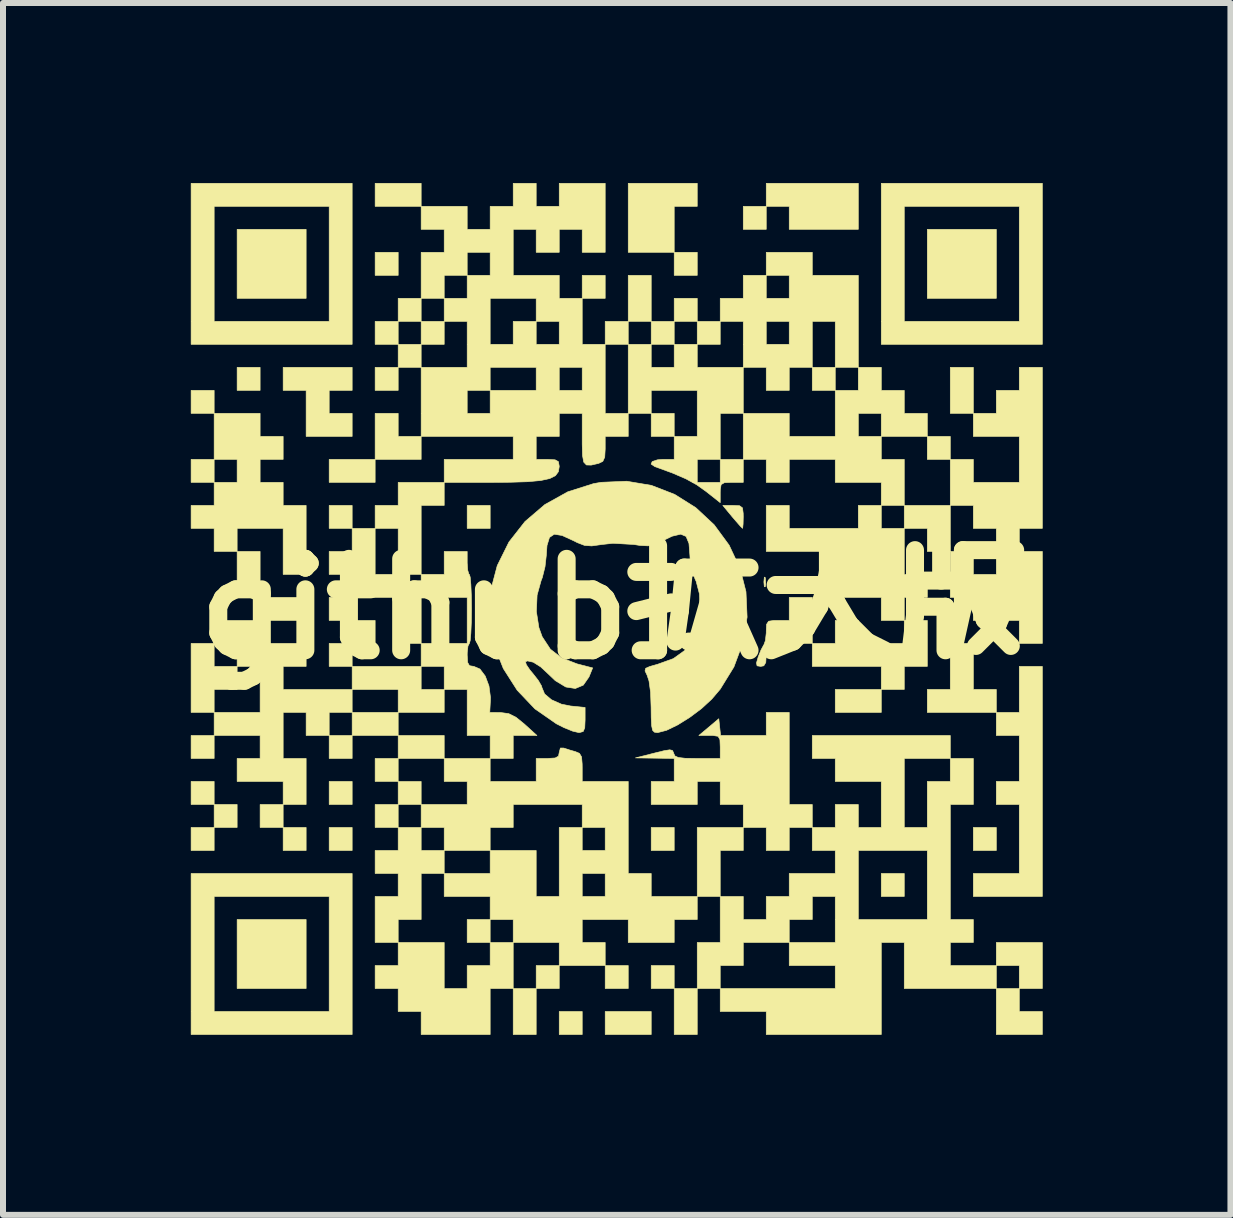
<source format=kicad_pcb>
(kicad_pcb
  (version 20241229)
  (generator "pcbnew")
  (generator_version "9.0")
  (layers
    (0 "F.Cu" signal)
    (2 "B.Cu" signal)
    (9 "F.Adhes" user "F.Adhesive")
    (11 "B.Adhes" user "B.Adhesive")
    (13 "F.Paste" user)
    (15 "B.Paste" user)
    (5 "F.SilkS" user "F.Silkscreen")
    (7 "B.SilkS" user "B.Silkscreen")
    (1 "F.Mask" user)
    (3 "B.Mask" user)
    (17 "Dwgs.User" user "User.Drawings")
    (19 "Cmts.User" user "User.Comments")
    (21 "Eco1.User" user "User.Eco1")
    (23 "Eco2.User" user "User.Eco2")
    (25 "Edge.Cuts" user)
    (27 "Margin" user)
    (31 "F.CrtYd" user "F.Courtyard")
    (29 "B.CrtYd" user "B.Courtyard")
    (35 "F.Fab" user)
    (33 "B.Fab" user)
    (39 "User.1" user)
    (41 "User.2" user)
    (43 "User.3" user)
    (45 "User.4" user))
  (footprint "github拡大版"
    (layer "F.Cu")
    (at 7.228 7.098)
    (property "Reference" "github拡大版" (at 0 0 0) (layer "F.SilkS") (effects (font (size 1.524 1.524) (thickness 0.3))))
    (attr through_hole)
    (fp_poly (pts (xy -6.709 -3.259) (xy -7.093 -3.259) (xy -7.093 -3.642) (xy -6.709 -3.642) (xy -6.709 -3.259)) (stroke (width 0.01) (type solid)) (fill yes) (layer "F.SilkS"))
    (fp_poly (pts (xy -6.709 2.492) (xy -7.093 2.492) (xy -7.093 2.109) (xy -6.709 2.109) (xy -6.709 2.492)) (stroke (width 0.01) (type solid)) (fill yes) (layer "F.SilkS"))
    (fp_poly (pts (xy -6.709 3.259) (xy -7.093 3.259) (xy -7.093 2.875) (xy -6.709 2.875) (xy -6.709 3.259)) (stroke (width 0.01) (type solid)) (fill yes) (layer "F.SilkS"))
    (fp_poly (pts (xy -6.709 4.026) (xy -7.093 4.026) (xy -7.093 3.642) (xy -6.709 3.642) (xy -6.709 4.026)) (stroke (width 0.01) (type solid)) (fill yes) (layer "F.SilkS"))
    (fp_poly (pts (xy -6.326 3.642) (xy -6.709 3.642) (xy -6.709 3.259) (xy -6.326 3.259) (xy -6.326 3.642)) (stroke (width 0.01) (type solid)) (fill yes) (layer "F.SilkS"))
    (fp_poly (pts (xy -5.943 -3.642) (xy -6.326 -3.642) (xy -6.326 -4.026) (xy -5.943 -4.026) (xy -5.943 -3.642)) (stroke (width 0.01) (type solid)) (fill yes) (layer "F.SilkS"))
    (fp_poly (pts (xy -5.943 -0.192) (xy -6.326 -0.192) (xy -6.326 -0.958) (xy -5.943 -0.958) (xy -5.943 -0.192)) (stroke (width 0.01) (type solid)) (fill yes) (layer "F.SilkS"))
    (fp_poly (pts (xy -5.559 3.642) (xy -5.943 3.642) (xy -5.943 3.259) (xy -5.559 3.259) (xy -5.559 3.642)) (stroke (width 0.01) (type solid)) (fill yes) (layer "F.SilkS"))
    (fp_poly (pts (xy -5.176 -5.176) (xy -6.326 -5.176) (xy -6.326 -6.326) (xy -5.176 -6.326) (xy -5.176 -5.176)) (stroke (width 0.01) (type solid)) (fill yes) (layer "F.SilkS"))
    (fp_poly (pts (xy -5.176 0.192) (xy -5.943 0.192) (xy -5.943 -0.192) (xy -5.176 -0.192) (xy -5.176 0.192)) (stroke (width 0.01) (type solid)) (fill yes) (layer "F.SilkS"))
    (fp_poly (pts (xy -5.176 4.026) (xy -5.559 4.026) (xy -5.559 3.642) (xy -5.176 3.642) (xy -5.176 4.026)) (stroke (width 0.01) (type solid)) (fill yes) (layer "F.SilkS"))
    (fp_poly (pts (xy -5.176 6.326) (xy -6.326 6.326) (xy -6.326 5.176) (xy -5.176 5.176) (xy -5.176 6.326)) (stroke (width 0.01) (type solid)) (fill yes) (layer "F.SilkS"))
    (fp_poly (pts (xy -4.409 -1.342) (xy -4.792 -1.342) (xy -4.792 -1.725) (xy -4.409 -1.725) (xy -4.409 -1.342)) (stroke (width 0.01) (type solid)) (fill yes) (layer "F.SilkS"))
    (fp_poly (pts (xy -4.409 3.259) (xy -4.792 3.259) (xy -4.792 2.875) (xy -4.409 2.875) (xy -4.409 3.259)) (stroke (width 0.01) (type solid)) (fill yes) (layer "F.SilkS"))
    (fp_poly (pts (xy -4.409 4.026) (xy -4.792 4.026) (xy -4.792 3.642) (xy -4.409 3.642) (xy -4.409 4.026)) (stroke (width 0.01) (type solid)) (fill yes) (layer "F.SilkS"))
    (fp_poly (pts (xy -4.026 -2.109) (xy -4.792 -2.109) (xy -4.792 -2.492) (xy -4.026 -2.492) (xy -4.026 -2.109)) (stroke (width 0.01) (type solid)) (fill yes) (layer "F.SilkS"))
    (fp_poly (pts (xy -3.642 -5.559) (xy -4.026 -5.559) (xy -4.026 -5.943) (xy -3.642 -5.943) (xy -3.642 -5.559)) (stroke (width 0.01) (type solid)) (fill yes) (layer "F.SilkS"))
    (fp_poly (pts (xy -3.642 -3.642) (xy -4.026 -3.642) (xy -4.026 -4.026) (xy -3.642 -4.026) (xy -3.642 -3.642)) (stroke (width 0.01) (type solid)) (fill yes) (layer "F.SilkS"))
    (fp_poly (pts (xy -3.259 -6.709) (xy -4.026 -6.709) (xy -4.026 -7.093) (xy -3.259 -7.093) (xy -3.259 -6.709)) (stroke (width 0.01) (type solid)) (fill yes) (layer "F.SilkS"))
    (fp_poly (pts (xy -3.259 0.575) (xy -3.642 0.575) (xy -3.642 -0.192) (xy -3.259 -0.192) (xy -3.259 0.575)) (stroke (width 0.01) (type solid)) (fill yes) (layer "F.SilkS"))
    (fp_poly (pts (xy -2.875 -4.409) (xy -3.259 -4.409) (xy -3.259 -4.792) (xy -2.875 -4.792) (xy -2.875 -4.409)) (stroke (width 0.01) (type solid)) (fill yes) (layer "F.SilkS"))
    (fp_poly (pts (xy -2.109 -1.342) (xy -2.492 -1.342) (xy -2.492 -1.725) (xy -2.109 -1.725) (xy -2.109 -1.342)) (stroke (width 0.01) (type solid)) (fill yes) (layer "F.SilkS"))
    (fp_poly (pts (xy -2.109 5.559) (xy -2.492 5.559) (xy -2.492 5.176) (xy -2.109 5.176) (xy -2.109 5.559)) (stroke (width 0.01) (type solid)) (fill yes) (layer "F.SilkS"))
    (fp_poly (pts (xy -0.575 7.093) (xy -0.958 7.093) (xy -0.958 6.709) (xy -0.575 6.709) (xy -0.575 7.093)) (stroke (width 0.01) (type solid)) (fill yes) (layer "F.SilkS"))
    (fp_poly (pts (xy -0.192 -5.176) (xy -0.575 -5.176) (xy -0.575 -5.559) (xy -0.192 -5.559) (xy -0.192 -5.176)) (stroke (width 0.01) (type solid)) (fill yes) (layer "F.SilkS"))
    (fp_poly (pts (xy 0.192 6.326) (xy -0.192 6.326) (xy -0.192 5.943) (xy 0.192 5.943) (xy 0.192 6.326)) (stroke (width 0.01) (type solid)) (fill yes) (layer "F.SilkS"))
    (fp_poly (pts (xy 0.575 7.093) (xy -0.192 7.093) (xy -0.192 6.709) (xy 0.575 6.709) (xy 0.575 7.093)) (stroke (width 0.01) (type solid)) (fill yes) (layer "F.SilkS"))
    (fp_poly (pts (xy 0.958 4.026) (xy 0.575 4.026) (xy 0.575 3.642) (xy 0.958 3.642) (xy 0.958 4.026)) (stroke (width 0.01) (type solid)) (fill yes) (layer "F.SilkS"))
    (fp_poly (pts (xy 0.958 6.326) (xy 0.575 6.326) (xy 0.575 5.943) (xy 0.958 5.943) (xy 0.958 6.326)) (stroke (width 0.01) (type solid)) (fill yes) (layer "F.SilkS"))
    (fp_poly (pts (xy 1.342 -5.559) (xy 0.958 -5.559) (xy 0.958 -5.943) (xy 1.342 -5.943) (xy 1.342 -5.559)) (stroke (width 0.01) (type solid)) (fill yes) (layer "F.SilkS"))
    (fp_poly (pts (xy 1.342 7.093) (xy 0.958 7.093) (xy 0.958 6.326) (xy 1.342 6.326) (xy 1.342 7.093)) (stroke (width 0.01) (type solid)) (fill yes) (layer "F.SilkS"))
    (fp_poly (pts (xy 2.492 -6.326) (xy 2.109 -6.326) (xy 2.109 -6.709) (xy 2.492 -6.709) (xy 2.492 -6.326)) (stroke (width 0.01) (type solid)) (fill yes) (layer "F.SilkS"))
    (fp_poly (pts (xy 3.642 -3.642) (xy 3.259 -3.642) (xy 3.259 -4.026) (xy 3.642 -4.026) (xy 3.642 -3.642)) (stroke (width 0.01) (type solid)) (fill yes) (layer "F.SilkS"))
    (fp_poly (pts (xy 4.409 1.725) (xy 3.642 1.725) (xy 3.642 1.342) (xy 4.409 1.342) (xy 4.409 1.725)) (stroke (width 0.01) (type solid)) (fill yes) (layer "F.SilkS"))
    (fp_poly (pts (xy 4.792 4.792) (xy 4.409 4.792) (xy 4.409 4.409) (xy 4.792 4.409) (xy 4.792 4.792)) (stroke (width 0.01) (type solid)) (fill yes) (layer "F.SilkS"))
    (fp_poly (pts (xy 5.943 -3.259) (xy 5.559 -3.259) (xy 5.559 -4.026) (xy 5.943 -4.026) (xy 5.943 -3.259)) (stroke (width 0.01) (type solid)) (fill yes) (layer "F.SilkS"))
    (fp_poly (pts (xy 6.326 -5.176) (xy 5.176 -5.176) (xy 5.176 -6.326) (xy 6.326 -6.326) (xy 6.326 -5.176)) (stroke (width 0.01) (type solid)) (fill yes) (layer "F.SilkS"))
    (fp_poly (pts (xy 6.326 4.026) (xy 5.943 4.026) (xy 5.943 3.642) (xy 6.326 3.642) (xy 6.326 4.026)) (stroke (width 0.01) (type solid)) (fill yes) (layer "F.SilkS"))
    (fp_poly (pts (xy -3.642 -2.875) (xy -3.259 -2.875) (xy -3.259 -2.492) (xy -4.026 -2.492) (xy -4.026 -3.259) (xy -3.642 -3.259) (xy -3.642 -2.875)) (stroke (width 0.01) (type solid)) (fill yes) (layer "F.SilkS"))
    (fp_poly (pts (xy 1.342 -6.709) (xy 0.958 -6.709) (xy 0.958 -5.943) (xy 0.192 -5.943) (xy 0.192 -7.093) (xy 1.342 -7.093) (xy 1.342 -6.709)) (stroke (width 0.01) (type solid)) (fill yes) (layer "F.SilkS"))
    (fp_poly (pts (xy 2.492 -7.093) (xy 4.026 -7.093) (xy 4.026 -6.326) (xy 2.875 -6.326) (xy 2.875 -6.709) (xy 2.492 -6.709) (xy 2.492 -7.093)) (stroke (width 0.01) (type solid)) (fill yes) (layer "F.SilkS"))
    (fp_poly (pts (xy 2.475 -0.523) (xy 2.477 -0.514) (xy 2.484 -0.41) (xy 2.476 -0.371) (xy 2.46 -0.369) (xy 2.453 -0.444) (xy 2.453 -0.455) (xy 2.46 -0.53) (xy 2.475 -0.523)) (stroke (width 0.01) (type solid)) (fill yes) (layer "F.SilkS"))
    (fp_poly (pts (xy 5.943 1.342) (xy 6.326 1.342) (xy 6.326 1.725) (xy 5.176 1.725) (xy 5.176 1.342) (xy 5.559 1.342) (xy 5.559 0.575) (xy 5.943 0.575) (xy 5.943 1.342)) (stroke (width 0.01) (type solid)) (fill yes) (layer "F.SilkS"))
    (fp_poly (pts (xy -4.409 -3.642) (xy -4.792 -3.642) (xy -4.792 -3.259) (xy -4.409 -3.259) (xy -4.409 -2.875) (xy -5.176 -2.875) (xy -5.176 -3.642) (xy -5.559 -3.642) (xy -5.559 -4.026) (xy -4.409 -4.026) (xy -4.409 -3.642)) (stroke (width 0.01) (type solid)) (fill yes) (layer "F.SilkS"))
    (fp_poly (pts (xy -4.409 -4.409) (xy -7.093 -4.409) (xy -7.093 -6.709) (xy -6.709 -6.709) (xy -6.709 -4.792) (xy -4.792 -4.792) (xy -4.792 -6.709) (xy -6.709 -6.709) (xy -7.093 -6.709) (xy -7.093 -7.093) (xy -4.409 -7.093) (xy -4.409 -4.409)) (stroke (width 0.01) (type solid)) (fill yes) (layer "F.SilkS"))
    (fp_poly (pts (xy -4.409 7.093) (xy -7.093 7.093) (xy -7.093 4.792) (xy -6.709 4.792) (xy -6.709 6.709) (xy -4.792 6.709) (xy -4.792 4.792) (xy -6.709 4.792) (xy -7.093 4.792) (xy -7.093 4.409) (xy -4.409 4.409) (xy -4.409 7.093)) (stroke (width 0.01) (type solid)) (fill yes) (layer "F.SilkS"))
    (fp_poly (pts (xy 7.093 -4.409) (xy 4.409 -4.409) (xy 4.409 -6.709) (xy 4.792 -6.709) (xy 4.792 -4.792) (xy 6.709 -4.792) (xy 6.709 -6.709) (xy 4.792 -6.709) (xy 4.409 -6.709) (xy 4.409 -7.093) (xy 7.093 -7.093) (xy 7.093 -4.409)) (stroke (width 0.01) (type solid)) (fill yes) (layer "F.SilkS"))
    (fp_poly (pts (xy 2.047 -1.72) (xy 2.096 -1.684) (xy 2.108 -1.592) (xy 2.109 -1.534) (xy 2.106 -1.414) (xy 2.099 -1.347) (xy 2.097 -1.343) (xy 2.062 -1.377) (xy 1.987 -1.463) (xy 1.926 -1.534) (xy 1.768 -1.725) (xy 1.938 -1.725) (xy 2.047 -1.72)) (stroke (width 0.01) (type solid)) (fill yes) (layer "F.SilkS"))
    (fp_poly (pts (xy 4.026 0.575) (xy 4.792 0.575) (xy 4.792 0.192) (xy 5.176 0.192) (xy 5.176 0.958) (xy 4.792 0.958) (xy 4.792 1.342) (xy 4.409 1.342) (xy 4.409 0.958) (xy 3.259 0.958) (xy 3.259 0.575) (xy 3.642 0.575) (xy 3.642 0.192) (xy 4.026 0.192) (xy 4.026 0.575)) (stroke (width 0.01) (type solid)) (fill yes) (layer "F.SilkS"))
    (fp_poly (pts (xy 7.093 4.792) (xy 5.943 4.792) (xy 5.943 4.409) (xy 6.709 4.409) (xy 6.709 3.259) (xy 6.326 3.259) (xy 6.326 2.875) (xy 6.709 2.875) (xy 6.709 2.109) (xy 6.326 2.109) (xy 6.326 1.725) (xy 6.709 1.725) (xy 6.709 0.958) (xy 7.093 0.958) (xy 7.093 4.792)) (stroke (width 0.01) (type solid)) (fill yes) (layer "F.SilkS"))
    (fp_poly (pts (xy 3.259 0.575) (xy 2.492 0.575) (xy 2.492 0.767) (xy 2.484 0.893) (xy 2.451 0.948) (xy 2.399 0.958) (xy 2.339 0.948) (xy 2.329 0.901) (xy 2.357 0.803) (xy 2.405 0.683) (xy 2.448 0.604) (xy 2.451 0.601) (xy 2.478 0.527) (xy 2.492 0.401) (xy 2.492 0.374) (xy 2.497 0.257) (xy 2.531 0.205) (xy 2.62 0.192) (xy 2.684 0.192) (xy 2.875 0.192) (xy 2.875 -0.192) (xy 3.259 -0.192) (xy 3.259 0.575)) (stroke (width 0.01) (type solid)) (fill yes) (layer "F.SilkS"))
    (fp_poly (pts (xy -5.943 -2.875) (xy -5.559 -2.875) (xy -5.559 -2.492) (xy -5.943 -2.492) (xy -5.943 -2.109) (xy -5.559 -2.109) (xy -5.559 -1.725) (xy -5.176 -1.725) (xy -5.176 -0.575) (xy -5.559 -0.575) (xy -5.559 -1.342) (xy -6.326 -1.342) (xy -6.326 -0.958) (xy -6.709 -0.958) (xy -6.709 -1.342) (xy -7.093 -1.342) (xy -7.093 -1.725) (xy -6.709 -1.725) (xy -6.709 -2.109) (xy -7.093 -2.109) (xy -7.093 -2.492) (xy -6.709 -2.492) (xy -6.709 -2.109) (xy -6.326 -2.109) (xy -6.326 -2.492) (xy -6.709 -2.492) (xy -6.709 -3.259) (xy -5.943 -3.259) (xy -5.943 -2.875)) (stroke (width 0.01) (type solid)) (fill yes) (layer "F.SilkS"))
    (fp_poly (pts (xy 0.578 -2.059) (xy 0.965 -1.909) (xy 1.317 -1.688) (xy 1.623 -1.403) (xy 1.873 -1.063) (xy 2.055 -0.676) (xy 2.154 -0.287) (xy 2.173 0.137) (xy 2.104 0.561) (xy 1.953 0.967) (xy 1.725 1.337) (xy 1.583 1.504) (xy 1.414 1.66) (xy 1.216 1.808) (xy 1.014 1.934) (xy 0.83 2.023) (xy 0.688 2.06) (xy 0.676 2.061) (xy 0.628 2.054) (xy 0.598 2.023) (xy 0.582 1.948) (xy 0.575 1.81) (xy 0.573 1.641) (xy 0.564 1.389) (xy 0.538 1.2) (xy 0.506 1.104) (xy 0.472 1.033) (xy 0.482 0.99) (xy 0.554 0.958) (xy 0.68 0.923) (xy 0.944 0.828) (xy 1.136 0.69) (xy 1.275 0.493) (xy 1.29 0.464) (xy 1.361 0.247) (xy 1.39 -0.004) (xy 1.378 -0.252) (xy 1.324 -0.459) (xy 1.307 -0.494) (xy 1.256 -0.636) (xy 1.224 -0.816) (xy 1.22 -0.889) (xy 1.204 -1.091) (xy 1.156 -1.208) (xy 1.067 -1.246) (xy 0.924 -1.212) (xy 0.767 -1.137) (xy 0.636 -1.075) (xy 0.523 -1.051) (xy 0.386 -1.058) (xy 0.284 -1.074) (xy -0.063 -1.094) (xy -0.252 -1.073) (xy -0.416 -1.05) (xy -0.535 -1.058) (xy -0.657 -1.105) (xy -0.718 -1.136) (xy -0.91 -1.224) (xy -1.041 -1.245) (xy -1.121 -1.191) (xy -1.162 -1.057) (xy -1.174 -0.889) (xy -1.195 -0.703) (xy -1.24 -0.523) (xy -1.261 -0.469) (xy -1.327 -0.231) (xy -1.339 0.044) (xy -1.297 0.312) (xy -1.242 0.464) (xy -1.106 0.671) (xy -0.919 0.816) (xy -0.663 0.915) (xy -0.637 0.922) (xy -0.401 0.983) (xy -0.462 1.133) (xy -0.557 1.27) (xy -0.69 1.326) (xy -0.849 1.301) (xy -1.023 1.196) (xy -1.136 1.088) (xy -1.267 0.966) (xy -1.391 0.888) (xy -1.488 0.866) (xy -1.52 0.881) (xy -1.507 0.929) (xy -1.444 1.021) (xy -1.396 1.078) (xy -1.307 1.192) (xy -1.253 1.284) (xy -1.246 1.311) (xy -1.202 1.417) (xy -1.087 1.514) (xy -0.923 1.587) (xy -0.768 1.618) (xy -0.527 1.642) (xy -0.527 1.851) (xy -0.533 1.982) (xy -0.559 2.043) (xy -0.619 2.06) (xy -0.635 2.06) (xy -0.734 2.037) (xy -0.879 1.978) (xy -1.006 1.914) (xy -1.363 1.666) (xy -1.659 1.355) (xy -1.89 0.993) (xy -2.047 0.597) (xy -2.123 0.178) (xy -2.112 -0.247) (xy -2.106 -0.287) (xy -1.991 -0.722) (xy -1.796 -1.115) (xy -1.528 -1.457) (xy -1.198 -1.739) (xy -0.815 -1.952) (xy -0.387 -2.088) (xy -0.26 -2.11) (xy 0.166 -2.128) (xy 0.578 -2.059)) (stroke (width 0.01) (type solid)) (fill yes) (layer "F.SilkS"))
    (fp_poly (pts (xy 1.342 5.559) (xy 1.725 5.559) (xy 1.725 4.792) (xy 1.342 4.792) (xy 1.342 4.026) (xy 1.725 4.026) (xy 1.725 4.792) (xy 2.109 4.792) (xy 2.109 5.176) (xy 2.492 5.176) (xy 2.875 5.176) (xy 2.875 5.559) (xy 3.642 5.559) (xy 3.642 4.792) (xy 3.259 4.792) (xy 3.259 5.176) (xy 2.875 5.176) (xy 2.492 5.176) (xy 2.492 4.792) (xy 2.875 4.792) (xy 2.875 4.409) (xy 3.642 4.409) (xy 3.642 4.026) (xy 4.026 4.026) (xy 4.026 5.176) (xy 5.176 5.176) (xy 5.176 4.026) (xy 4.026 4.026) (xy 3.642 4.026) (xy 3.259 4.026) (xy 3.259 3.642) (xy 2.875 3.642) (xy 2.875 4.026) (xy 2.492 4.026) (xy 2.492 3.642) (xy 2.109 3.642) (xy 2.109 4.026) (xy 1.725 4.026) (xy 1.342 4.026) (xy 1.342 3.642) (xy 2.109 3.642) (xy 2.109 3.259) (xy 1.725 3.259) (xy 1.725 2.875) (xy 1.342 2.875) (xy 1.342 3.259) (xy 0.575 3.259) (xy 0.575 2.875) (xy 0.958 2.875) (xy 0.958 2.492) (xy 0.635 2.487) (xy 0.312 2.483) (xy 0.623 2.404) (xy 0.789 2.363) (xy 0.884 2.348) (xy 0.929 2.359) (xy 0.947 2.396) (xy 0.95 2.408) (xy 0.971 2.451) (xy 1.027 2.476) (xy 1.139 2.489) (xy 1.326 2.492) (xy 1.345 2.492) (xy 1.725 2.492) (xy 1.725 2.3) (xy 1.72 2.178) (xy 1.689 2.123) (xy 1.604 2.109) (xy 1.547 2.109) (xy 1.369 2.109) (xy 1.535 1.97) (xy 1.701 1.83) (xy 1.716 1.97) (xy 1.731 2.109) (xy 2.492 2.109) (xy 2.492 1.725) (xy 2.875 1.725) (xy 2.875 3.259) (xy 3.259 3.259) (xy 3.259 3.642) (xy 3.642 3.642) (xy 3.642 3.259) (xy 4.026 3.259) (xy 4.026 3.642) (xy 4.409 3.642) (xy 4.409 2.875) (xy 3.642 2.875) (xy 3.642 2.492) (xy 4.792 2.492) (xy 4.792 3.642) (xy 5.176 3.642) (xy 5.176 2.875) (xy 5.559 2.875) (xy 5.559 2.492) (xy 4.792 2.492) (xy 3.642 2.492) (xy 3.259 2.492) (xy 3.259 2.109) (xy 5.559 2.109) (xy 5.559 2.492) (xy 5.943 2.492) (xy 5.943 3.259) (xy 5.559 3.259) (xy 5.559 5.176) (xy 5.943 5.176) (xy 5.943 5.559) (xy 5.559 5.559) (xy 5.559 5.943) (xy 6.326 5.943) (xy 6.326 6.326) (xy 6.709 6.326) (xy 6.709 5.943) (xy 6.326 5.943) (xy 6.326 5.559) (xy 7.093 5.559) (xy 7.093 6.326) (xy 6.709 6.326) (xy 6.709 6.709) (xy 7.093 6.709) (xy 7.093 7.093) (xy 6.326 7.093) (xy 6.326 6.326) (xy 4.792 6.326) (xy 4.792 5.559) (xy 4.409 5.559) (xy 4.409 7.093) (xy 2.492 7.093) (xy 2.492 6.709) (xy 1.725 6.709) (xy 1.725 6.326) (xy 1.342 6.326) (xy 1.342 5.943) (xy 1.725 5.943) (xy 1.725 6.326) (xy 3.642 6.326) (xy 3.642 5.943) (xy 2.875 5.943) (xy 2.875 5.559) (xy 2.109 5.559) (xy 2.109 5.943) (xy 1.725 5.943) (xy 1.342 5.943) (xy 1.342 5.559)) (stroke (width 0.01) (type solid)) (fill yes) (layer "F.SilkS"))
    (fp_poly (pts (xy -6.709 1.725) (xy -7.093 1.725) (xy -7.093 1.342) (xy -6.709 1.342) (xy -6.709 1.725) (xy -5.943 1.725) (xy -5.943 0.958) (xy -6.326 0.958) (xy -6.326 1.342) (xy -6.709 1.342) (xy -7.093 1.342) (xy -7.093 0.575) (xy -6.709 0.575) (xy -6.709 0.958) (xy -6.326 0.958) (xy -6.326 0.575) (xy -6.709 0.575) (xy -6.709 0.192) (xy -5.943 0.192) (xy -5.943 0.575) (xy -5.176 0.575) (xy -5.176 0.958) (xy -5.559 0.958) (xy -5.559 1.342) (xy -4.409 1.342) (xy -4.409 1.725) (xy -3.642 1.725) (xy -3.642 2.109) (xy -2.875 2.109) (xy -2.875 2.492) (xy -2.109 2.492) (xy -2.109 2.109) (xy -2.492 2.109) (xy -2.492 1.342) (xy -2.875 1.342) (xy -2.875 1.725) (xy -3.642 1.725) (xy -3.642 1.342) (xy -4.409 1.342) (xy -4.409 0.958) (xy -4.792 0.958) (xy -4.792 0.575) (xy -4.409 0.575) (xy -4.409 0.192) (xy -4.792 0.192) (xy -4.792 -0.192) (xy -4.409 -0.192) (xy -4.409 0.192) (xy -4.026 0.192) (xy -4.026 0.575) (xy -4.409 0.575) (xy -4.409 0.958) (xy -3.259 0.958) (xy -3.259 1.342) (xy -2.875 1.342) (xy -2.875 0.958) (xy -3.259 0.958) (xy -3.259 0.575) (xy -2.492 0.575) (xy -2.492 -0.192) (xy -3.259 -0.192) (xy -3.259 -0.575) (xy -3.642 -0.575) (xy -3.642 -0.192) (xy -4.409 -0.192) (xy -4.409 -0.575) (xy -4.792 -0.575) (xy -4.792 -0.958) (xy -4.409 -0.958) (xy -4.409 -1.342) (xy -4.026 -1.342) (xy -4.026 -0.575) (xy -3.642 -0.575) (xy -3.642 -1.342) (xy -4.026 -1.342) (xy -4.026 -1.725) (xy -3.642 -1.725) (xy -3.642 -2.109) (xy -2.875 -2.109) (xy -2.875 -1.725) (xy -3.259 -1.725) (xy -3.259 -0.575) (xy -2.875 -0.575) (xy -2.875 -0.958) (xy -2.492 -0.958) (xy -2.492 -0.767) (xy -2.484 -0.647) (xy -2.464 -0.58) (xy -2.456 -0.575) (xy -2.442 -0.53) (xy -2.431 -0.408) (xy -2.423 -0.227) (xy -2.42 -0.006) (xy -2.42 -0.000023) (xy -2.423 0.222) (xy -2.431 0.404) (xy -2.442 0.528) (xy -2.456 0.575) (xy -2.456 0.575) (xy -2.479 0.618) (xy -2.491 0.724) (xy -2.492 0.767) (xy -2.485 0.891) (xy -2.454 0.946) (xy -2.383 0.958) (xy -2.381 0.958) (xy -2.279 1.002) (xy -2.191 1.119) (xy -2.129 1.284) (xy -2.104 1.474) (xy -2.105 1.522) (xy -2.116 1.725) (xy -1.933 1.727) (xy -1.8 1.745) (xy -1.677 1.807) (xy -1.539 1.919) (xy -1.33 2.109) (xy -1.725 2.109) (xy -1.725 2.492) (xy -2.109 2.492) (xy -2.109 2.875) (xy -1.342 2.875) (xy -1.342 2.492) (xy -1.15 2.492) (xy -1.025 2.484) (xy -0.97 2.453) (xy -0.958 2.391) (xy -0.939 2.318) (xy -0.882 2.319) (xy -0.775 2.354) (xy -0.69 2.378) (xy -0.621 2.407) (xy -0.586 2.466) (xy -0.576 2.583) (xy -0.575 2.641) (xy -0.575 2.875) (xy 0.192 2.875) (xy 0.192 4.409) (xy 0.575 4.409) (xy 0.575 4.792) (xy 1.342 4.792) (xy 1.342 5.176) (xy 0.958 5.176) (xy 0.958 5.559) (xy 0.192 5.559) (xy 0.192 5.176) (xy -0.575 5.176) (xy -0.575 5.559) (xy -0.192 5.559) (xy -0.192 5.943) (xy -0.958 5.943) (xy -0.958 6.326) (xy -1.342 6.326) (xy -1.342 7.093) (xy -1.725 7.093) (xy -1.725 6.326) (xy -2.109 6.326) (xy -2.109 7.093) (xy -3.259 7.093) (xy -3.259 6.709) (xy -3.642 6.709) (xy -3.642 6.326) (xy -4.026 6.326) (xy -4.026 5.943) (xy -3.642 5.943) (xy -3.642 5.559) (xy -4.026 5.559) (xy -4.026 5.176) (xy -3.642 5.176) (xy -3.642 5.559) (xy -2.875 5.559) (xy -2.875 6.326) (xy -2.492 6.326) (xy -2.492 5.943) (xy -2.109 5.943) (xy -2.109 5.559) (xy -1.725 5.559) (xy -1.725 6.326) (xy -1.342 6.326) (xy -1.342 5.943) (xy -0.958 5.943) (xy -0.958 5.559) (xy -1.725 5.559) (xy -1.725 5.176) (xy -2.109 5.176) (xy -2.109 4.792) (xy -2.875 4.792) (xy -2.875 4.409) (xy -3.259 4.409) (xy -3.259 5.176) (xy -3.642 5.176) (xy -4.026 5.176) (xy -4.026 4.792) (xy -3.642 4.792) (xy -3.642 4.409) (xy -4.026 4.409) (xy -4.026 4.026) (xy -3.642 4.026) (xy -3.642 3.642) (xy -4.026 3.642) (xy -4.026 3.259) (xy -3.642 3.259) (xy -3.642 3.642) (xy -3.259 3.642) (xy -3.259 4.026) (xy -2.875 4.026) (xy -2.875 4.409) (xy -2.109 4.409) (xy -2.109 4.026) (xy -2.875 4.026) (xy -2.875 3.642) (xy -2.109 3.642) (xy -2.109 4.026) (xy -1.342 4.026) (xy -1.342 4.792) (xy -0.958 4.792) (xy -0.958 4.409) (xy -0.575 4.409) (xy -0.575 4.792) (xy -0.192 4.792) (xy -0.192 4.409) (xy -0.575 4.409) (xy -0.958 4.409) (xy -0.958 3.642) (xy -0.575 3.642) (xy -0.575 4.026) (xy -0.192 4.026) (xy -0.192 3.642) (xy -0.575 3.642) (xy -0.575 3.259) (xy -1.725 3.259) (xy -1.725 3.642) (xy -2.109 3.642) (xy -2.875 3.642) (xy -3.259 3.642) (xy -3.259 3.259) (xy -3.642 3.259) (xy -3.642 2.875) (xy -4.026 2.875) (xy -4.026 2.492) (xy -3.642 2.492) (xy -3.642 2.875) (xy -3.259 2.875) (xy -3.259 3.259) (xy -2.492 3.259) (xy -2.492 2.875) (xy -2.875 2.875) (xy -2.875 2.492) (xy -3.642 2.492) (xy -3.642 2.109) (xy -4.409 2.109) (xy -4.409 2.492) (xy -4.792 2.492) (xy -4.792 2.109) (xy -5.176 2.109) (xy -5.176 1.725) (xy -4.792 1.725) (xy -4.792 2.109) (xy -4.409 2.109) (xy -4.409 1.725) (xy -4.792 1.725) (xy -5.176 1.725) (xy -5.559 1.725) (xy -5.559 2.492) (xy -5.176 2.492) (xy -5.176 3.259) (xy -5.559 3.259) (xy -5.559 2.875) (xy -6.326 2.875) (xy -6.326 2.492) (xy -5.943 2.492) (xy -5.943 2.109) (xy -6.709 2.109) (xy -6.709 1.725)) (stroke (width 0.01) (type solid)) (fill yes) (layer "F.SilkS"))
    (fp_poly (pts (xy 0.192 -3.259) (xy 0.192 -2.875) (xy -0.192 -2.875) (xy -0.192 -2.665) (xy -0.2 -2.529) (xy -0.232 -2.459) (xy -0.3 -2.426) (xy -0.425 -2.397) (xy -0.505 -2.399) (xy -0.55 -2.447) (xy -0.57 -2.557) (xy -0.575 -2.743) (xy -0.575 -2.828) (xy -0.575 -3.259) (xy -0.958 -3.259) (xy -0.958 -2.875) (xy -1.342 -2.875) (xy -1.342 -2.492) (xy -1.15 -2.492) (xy -1.027 -2.485) (xy -0.972 -2.455) (xy -0.959 -2.383) (xy -0.958 -2.373) (xy -0.972 -2.287) (xy -1.021 -2.221) (xy -1.116 -2.173) (xy -1.266 -2.14) (xy -1.484 -2.12) (xy -1.778 -2.111) (xy -2.058 -2.109) (xy -2.875 -2.109) (xy -2.875 -2.492) (xy -1.725 -2.492) (xy -1.725 -2.875) (xy -3.259 -2.875) (xy -3.259 -3.642) (xy -2.492 -3.642) (xy -2.492 -3.259) (xy -2.109 -3.259) (xy -2.109 -3.642) (xy -2.492 -3.642) (xy -3.259 -3.642) (xy -3.259 -4.026) (xy -3.642 -4.026) (xy -3.642 -4.409) (xy -4.026 -4.409) (xy -4.026 -4.792) (xy -3.642 -4.792) (xy -3.642 -4.409) (xy -3.259 -4.409) (xy -3.259 -4.026) (xy -2.492 -4.026) (xy -2.109 -4.026) (xy -2.109 -3.642) (xy -1.342 -3.642) (xy -1.342 -4.026) (xy -0.958 -4.026) (xy -0.958 -3.642) (xy -0.575 -3.642) (xy -0.575 -4.026) (xy -0.958 -4.026) (xy -1.342 -4.026) (xy -2.109 -4.026) (xy -2.492 -4.026) (xy -2.492 -4.792) (xy -2.875 -4.792) (xy -2.875 -5.176) (xy -3.259 -5.176) (xy -3.259 -4.792) (xy -3.642 -4.792) (xy -3.642 -5.176) (xy -3.259 -5.176) (xy -3.259 -5.559) (xy -2.875 -5.559) (xy -2.875 -5.176) (xy -2.492 -5.176) (xy -2.109 -5.176) (xy -2.109 -4.409) (xy -1.725 -4.409) (xy -1.725 -4.792) (xy -1.342 -4.792) (xy -1.342 -4.409) (xy -0.958 -4.409) (xy -0.958 -4.792) (xy -1.342 -4.792) (xy -1.342 -5.176) (xy -2.109 -5.176) (xy -2.492 -5.176) (xy -2.492 -5.559) (xy -2.875 -5.559) (xy -3.259 -5.559) (xy -3.259 -5.943) (xy -2.875 -5.943) (xy -2.492 -5.943) (xy -2.492 -5.559) (xy -2.109 -5.559) (xy -2.109 -5.943) (xy -2.492 -5.943) (xy -2.875 -5.943) (xy -2.875 -6.326) (xy -3.259 -6.326) (xy -3.259 -6.709) (xy -2.492 -6.709) (xy -2.492 -6.326) (xy -2.109 -6.326) (xy -2.109 -6.709) (xy -1.725 -6.709) (xy -1.725 -7.093) (xy -1.342 -7.093) (xy -1.342 -6.709) (xy -0.958 -6.709) (xy -0.958 -7.093) (xy -0.192 -7.093) (xy -0.192 -5.943) (xy -0.575 -5.943) (xy -0.575 -6.326) (xy -0.958 -6.326) (xy -0.958 -5.943) (xy -1.342 -5.943) (xy -1.342 -6.326) (xy -1.725 -6.326) (xy -1.725 -5.559) (xy -0.958 -5.559) (xy -0.958 -5.176) (xy -0.575 -5.176) (xy -0.575 -4.409) (xy -0.192 -4.409) (xy -0.192 -3.259) (xy 0.192 -3.259) (xy 0.192 -3.642) (xy 0.575 -3.642) (xy 0.575 -3.259) (xy 0.958 -3.259) (xy 0.958 -2.875) (xy 1.342 -2.875) (xy 1.342 -3.259) (xy 1.725 -3.259) (xy 1.725 -2.492) (xy 2.109 -2.492) (xy 2.109 -3.259) (xy 1.725 -3.259) (xy 1.342 -3.259) (xy 1.342 -3.642) (xy 0.575 -3.642) (xy 0.192 -3.642) (xy 0.192 -4.409) (xy -0.192 -4.409) (xy -0.192 -4.792) (xy 0.192 -4.792) (xy 0.192 -4.409) (xy 0.575 -4.409) (xy 0.575 -4.026) (xy 0.958 -4.026) (xy 0.958 -4.409) (xy 0.575 -4.409) (xy 0.575 -4.792) (xy 0.192 -4.792) (xy 0.192 -5.559) (xy 0.575 -5.559) (xy 0.575 -4.792) (xy 0.958 -4.792) (xy 0.958 -4.409) (xy 1.342 -4.409) (xy 1.342 -4.026) (xy 2.109 -4.026) (xy 2.109 -3.259) (xy 2.875 -3.259) (xy 2.875 -2.875) (xy 3.642 -2.875) (xy 3.642 -3.259) (xy 4.026 -3.259) (xy 4.026 -2.875) (xy 4.409 -2.875) (xy 4.409 -2.492) (xy 4.792 -2.492) (xy 4.792 -1.725) (xy 5.559 -1.725) (xy 5.559 -0.958) (xy 5.943 -0.958) (xy 5.943 -0.575) (xy 6.326 -0.575) (xy 6.326 -1.342) (xy 5.943 -1.342) (xy 5.943 -1.725) (xy 5.559 -1.725) (xy 5.559 -2.492) (xy 5.176 -2.492) (xy 5.176 -2.875) (xy 4.409 -2.875) (xy 4.409 -3.259) (xy 4.026 -3.259) (xy 3.642 -3.259) (xy 3.642 -3.642) (xy 4.026 -3.642) (xy 4.026 -4.026) (xy 3.642 -4.026) (xy 3.642 -4.792) (xy 3.259 -4.792) (xy 3.259 -4.026) (xy 2.875 -4.026) (xy 2.875 -3.642) (xy 2.492 -3.642) (xy 2.492 -4.026) (xy 2.109 -4.026) (xy 2.109 -4.792) (xy 2.492 -4.792) (xy 2.492 -4.409) (xy 2.875 -4.409) (xy 2.875 -4.792) (xy 2.492 -4.792) (xy 2.109 -4.792) (xy 1.725 -4.792) (xy 1.725 -4.409) (xy 1.342 -4.409) (xy 1.342 -4.792) (xy 0.958 -4.792) (xy 0.958 -5.176) (xy 1.342 -5.176) (xy 1.342 -4.792) (xy 1.725 -4.792) (xy 1.725 -5.176) (xy 2.109 -5.176) (xy 2.109 -5.559) (xy 2.492 -5.559) (xy 2.492 -5.176) (xy 2.875 -5.176) (xy 2.875 -5.559) (xy 2.492 -5.559) (xy 2.492 -5.943) (xy 3.259 -5.943) (xy 3.259 -5.559) (xy 4.026 -5.559) (xy 4.026 -4.026) (xy 4.409 -4.026) (xy 4.409 -3.642) (xy 4.792 -3.642) (xy 4.792 -3.259) (xy 5.176 -3.259) (xy 5.176 -2.875) (xy 5.559 -2.875) (xy 5.559 -2.492) (xy 5.943 -2.492) (xy 5.943 -2.109) (xy 6.709 -2.109) (xy 6.709 -2.875) (xy 5.943 -2.875) (xy 5.943 -3.259) (xy 6.326 -3.259) (xy 6.326 -3.642) (xy 6.709 -3.642) (xy 6.709 -4.026) (xy 7.093 -4.026) (xy 7.093 -1.342) (xy 6.709 -1.342) (xy 6.709 -0.958) (xy 7.093 -0.958) (xy 7.093 0.575) (xy 6.709 0.575) (xy 6.709 0.192) (xy 5.943 0.192) (xy 5.943 -0.192) (xy 5.559 -0.192) (xy 5.559 -0.958) (xy 5.176 -0.958) (xy 5.176 -1.342) (xy 4.792 -1.342) (xy 4.792 -0.575) (xy 5.176 -0.575) (xy 5.176 -0.192) (xy 4.792 -0.192) (xy 4.792 0.192) (xy 4.409 0.192) (xy 4.409 -0.192) (xy 3.642 -0.192) (xy 3.642 -0.958) (xy 2.492 -0.958) (xy 2.492 -1.725) (xy 2.875 -1.725) (xy 2.875 -1.342) (xy 4.026 -1.342) (xy 4.026 -1.725) (xy 4.409 -1.725) (xy 4.409 -1.342) (xy 4.792 -1.342) (xy 4.792 -1.725) (xy 4.409 -1.725) (xy 4.409 -2.109) (xy 3.642 -2.109) (xy 3.642 -2.492) (xy 2.875 -2.492) (xy 2.875 -2.109) (xy 2.492 -2.109) (xy 2.492 -2.492) (xy 2.109 -2.492) (xy 2.109 -2.109) (xy 1.917 -2.109) (xy 1.794 -2.104) (xy 1.74 -2.072) (xy 1.726 -1.99) (xy 1.725 -1.94) (xy 1.725 -1.771) (xy 1.486 -1.96) (xy 1.331 -2.07) (xy 1.153 -2.168) (xy 0.928 -2.265) (xy 0.635 -2.372) (xy 0.573 -2.414) (xy 0.592 -2.456) (xy 0.679 -2.485) (xy 0.767 -2.492) (xy 0.958 -2.492) (xy 1.342 -2.492) (xy 1.342 -2.109) (xy 1.725 -2.109) (xy 1.725 -2.492) (xy 1.342 -2.492) (xy 0.958 -2.492) (xy 0.958 -2.875) (xy 0.575 -2.875) (xy 0.575 -3.259) (xy 0.192 -3.259)) (stroke (width 0.01) (type solid)) (fill yes) (layer "F.SilkS")))
  (gr_rect
    (start -3 -3)
    (end 17.456 17.196)
    (stroke (width 0.1) (type default))
    (fill no)
    (layer "Edge.Cuts")))
</source>
